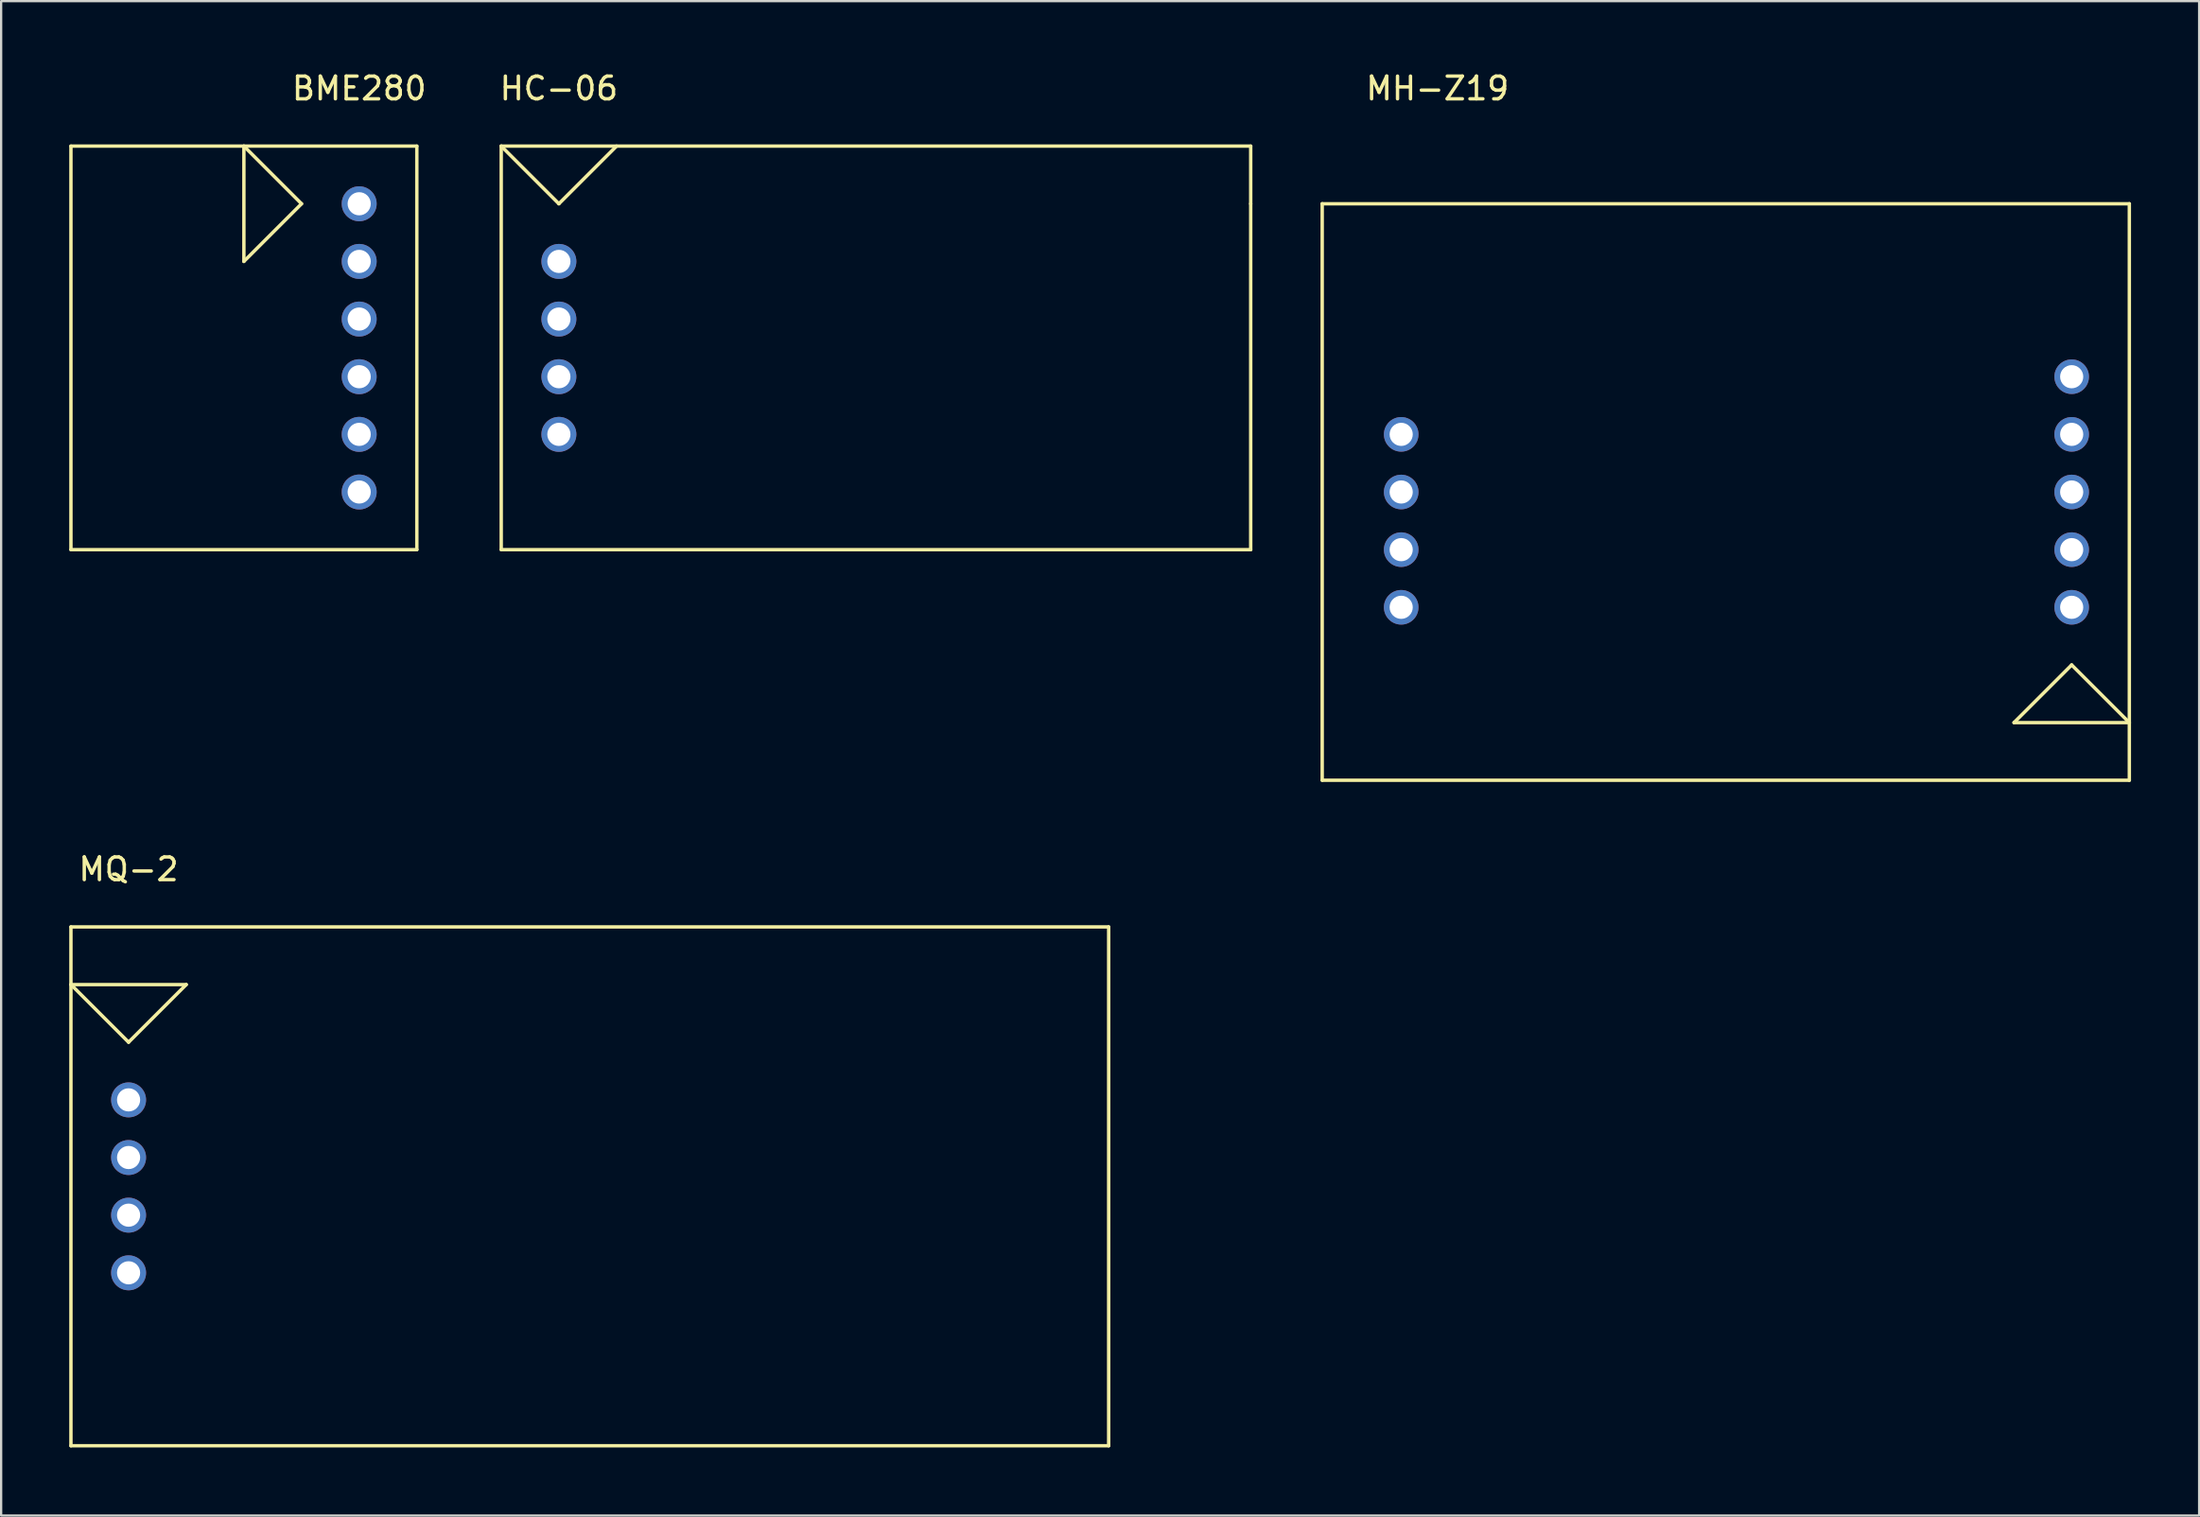
<source format=kicad_pcb>
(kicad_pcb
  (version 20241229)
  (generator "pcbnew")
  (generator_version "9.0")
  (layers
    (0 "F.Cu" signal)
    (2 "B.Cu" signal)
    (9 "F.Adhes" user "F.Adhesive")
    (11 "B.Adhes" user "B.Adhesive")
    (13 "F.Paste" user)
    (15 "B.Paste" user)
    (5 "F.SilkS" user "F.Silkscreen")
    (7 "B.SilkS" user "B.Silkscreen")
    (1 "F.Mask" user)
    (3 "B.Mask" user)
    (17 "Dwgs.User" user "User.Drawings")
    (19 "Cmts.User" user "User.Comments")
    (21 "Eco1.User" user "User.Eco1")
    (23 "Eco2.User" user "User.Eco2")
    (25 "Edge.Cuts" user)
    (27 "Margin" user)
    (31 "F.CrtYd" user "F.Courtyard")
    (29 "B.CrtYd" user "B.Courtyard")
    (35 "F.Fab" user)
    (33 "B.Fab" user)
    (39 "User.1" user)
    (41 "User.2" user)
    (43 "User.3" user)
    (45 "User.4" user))
  (footprint "MH-Z19"
    (layer "F.Cu")
    (at 88.223 8.468)
    (property "Reference" "MH-Z19" (at -27.94 -7.62 0) (layer "F.SilkS") (effects (font (size 1 1) (thickness 0.15))))
    (attr through_hole)
    (fp_line (start -33.02 -2.54) (end -33.02 22.86) (stroke (width 0.15) (type solid)) (layer "F.SilkS"))
    (fp_line (start -33.02 22.86) (end 2.54 22.86) (stroke (width 0.15) (type solid)) (layer "F.SilkS"))
    (fp_line (start -2.54 20.32) (end 2.54 20.32) (stroke (width 0.15) (type solid)) (layer "F.SilkS"))
    (fp_line (start 0 17.78) (end -2.54 20.32) (stroke (width 0.15) (type solid)) (layer "F.SilkS"))
    (fp_line (start 2.54 -2.54) (end -33.02 -2.54) (stroke (width 0.15) (type solid)) (layer "F.SilkS"))
    (fp_line (start 2.54 -2.54) (end 2.54 22.86) (stroke (width 0.15) (type solid)) (layer "F.SilkS"))
    (fp_line (start 2.54 20.32) (end 0 17.78) (stroke (width 0.15) (type solid)) (layer "F.SilkS"))
    (pad "1" thru_hole circle (at 0 15.24) (size 1.524 1.524) (drill 1.02) (layers "*.Cu" "*.Mask"))
    (pad "2" thru_hole circle (at 0 12.7) (size 1.524 1.524) (drill 1.02) (layers "*.Cu" "*.Mask"))
    (pad "3" thru_hole circle (at 0 10.16) (size 1.524 1.524) (drill 1.02) (layers "*.Cu" "*.Mask"))
    (pad "4" thru_hole circle (at 0 7.62) (size 1.524 1.524) (drill 1.02) (layers "*.Cu" "*.Mask"))
    (pad "5" thru_hole circle (at 0 5.08) (size 1.524 1.524) (drill 1.02) (layers "*.Cu" "*.Mask"))
    (pad "6" thru_hole circle (at -29.54 15.24) (size 1.524 1.524) (drill 1.02) (layers "*.Cu" "*.Mask"))
    (pad "7" thru_hole circle (at -29.54 12.7) (size 1.524 1.524) (drill 1.02) (layers "*.Cu" "*.Mask"))
    (pad "8" thru_hole circle (at -29.54 10.16) (size 1.524 1.524) (drill 1.02) (layers "*.Cu" "*.Mask"))
    (pad "9" thru_hole circle (at -29.54 7.62) (size 1.524 1.524) (drill 1.02) (layers "*.Cu" "*.Mask")))
  (footprint "HC-06"
    (layer "F.Cu")
    (at 21.573 8.468)
    (property "Reference" "HC-06" (at 0 -7.62 0) (layer "F.SilkS") (effects (font (size 1 1) (thickness 0.15))))
    (attr through_hole)
    (fp_line (start -2.54 -5.08) (end -2.54 12.7) (stroke (width 0.15) (type solid)) (layer "F.SilkS"))
    (fp_line (start -2.54 -5.08) (end 0 -2.54) (stroke (width 0.15) (type solid)) (layer "F.SilkS"))
    (fp_line (start -2.54 12.7) (end 30.48 12.7) (stroke (width 0.15) (type solid)) (layer "F.SilkS"))
    (fp_line (start 0 -2.54) (end 2.54 -5.08) (stroke (width 0.15) (type solid)) (layer "F.SilkS"))
    (fp_line (start 30.48 -5.08) (end -2.54 -5.08) (stroke (width 0.15) (type solid)) (layer "F.SilkS"))
    (fp_line (start 30.48 -2.54) (end 30.48 -5.08) (stroke (width 0.15) (type solid)) (layer "F.SilkS"))
    (fp_line (start 30.48 12.7) (end 30.48 -2.54) (stroke (width 0.15) (type solid)) (layer "F.SilkS"))
    (pad "1" thru_hole circle (at 0 0) (size 1.54 1.54) (drill 1.02) (layers "*.Cu" "*.Mask"))
    (pad "2" thru_hole circle (at 0 2.54) (size 1.54 1.54) (drill 1.02) (layers "*.Cu" "*.Mask"))
    (pad "3" thru_hole circle (at 0 5.08) (size 1.54 1.54) (drill 1.02) (layers "*.Cu" "*.Mask"))
    (pad "4" thru_hole circle (at 0 7.62) (size 1.54 1.54) (drill 1.02) (layers "*.Cu" "*.Mask")))
  (footprint "BME280"
    (layer "F.Cu")
    (at 12.775 5.928)
    (property "Reference" "BME280" (at 0 -5.08 0) (layer "F.SilkS") (effects (font (size 1 1) (thickness 0.15))))
    (attr through_hole)
    (fp_line (start -12.7 -2.54) (end 2.54 -2.54) (stroke (width 0.15) (type solid)) (layer "F.SilkS"))
    (fp_line (start -12.7 15.24) (end -12.7 -2.54) (stroke (width 0.15) (type solid)) (layer "F.SilkS"))
    (fp_line (start -5.08 -2.54) (end -2.54 0) (stroke (width 0.15) (type solid)) (layer "F.SilkS"))
    (fp_line (start -5.08 2.54) (end -5.08 -2.54) (stroke (width 0.15) (type solid)) (layer "F.SilkS"))
    (fp_line (start -2.54 0) (end -5.08 2.54) (stroke (width 0.15) (type solid)) (layer "F.SilkS"))
    (fp_line (start 2.54 -2.54) (end 2.54 15.24) (stroke (width 0.15) (type solid)) (layer "F.SilkS"))
    (fp_line (start 2.54 15.24) (end -12.7 15.24) (stroke (width 0.15) (type solid)) (layer "F.SilkS"))
    (pad "1" thru_hole circle (at 0 0) (size 1.54 1.54) (drill 1.02) (layers "*.Cu" "*.Mask"))
    (pad "2" thru_hole circle (at 0 2.54) (size 1.54 1.54) (drill 1.02) (layers "*.Cu" "*.Mask"))
    (pad "3" thru_hole circle (at 0 5.08) (size 1.54 1.54) (drill 1.02) (layers "*.Cu" "*.Mask"))
    (pad "4" thru_hole circle (at 0 7.62) (size 1.54 1.54) (drill 1.02) (layers "*.Cu" "*.Mask"))
    (pad "5" thru_hole circle (at 0 10.16) (size 1.54 1.54) (drill 1.02) (layers "*.Cu" "*.Mask"))
    (pad "6" thru_hole circle (at 0 12.7) (size 1.54 1.54) (drill 1.02) (layers "*.Cu" "*.Mask")))
  (footprint "MQ-2"
    (layer "F.Cu")
    (at 2.615 45.411)
    (property "Reference" "MQ-2" (at 0 -10.16 0) (layer "F.SilkS") (effects (font (size 1 1) (thickness 0.15))))
    (attr through_hole)
    (fp_line (start -2.54 -7.62) (end -2.54 15.24) (stroke (width 0.15) (type solid)) (layer "F.SilkS"))
    (fp_line (start -2.54 -7.62) (end 43.18 -7.62) (stroke (width 0.15) (type solid)) (layer "F.SilkS"))
    (fp_line (start -2.54 -5.08) (end 0 -2.54) (stroke (width 0.15) (type solid)) (layer "F.SilkS"))
    (fp_line (start 0 -2.54) (end 2.54 -5.08) (stroke (width 0.15) (type solid)) (layer "F.SilkS"))
    (fp_line (start 2.54 -5.08) (end -2.54 -5.08) (stroke (width 0.15) (type solid)) (layer "F.SilkS"))
    (fp_line (start 43.18 -7.62) (end 43.18 15.24) (stroke (width 0.15) (type solid)) (layer "F.SilkS"))
    (fp_line (start 43.18 15.24) (end -2.54 15.24) (stroke (width 0.15) (type solid)) (layer "F.SilkS"))
    (pad "1" thru_hole circle (at 0 0) (size 1.54 1.54) (drill 1.02) (layers "*.Cu" "*.Mask"))
    (pad "2" thru_hole circle (at 0 2.54) (size 1.54 1.54) (drill 1.02) (layers "*.Cu" "*.Mask"))
    (pad "3" thru_hole circle (at 0 5.08) (size 1.54 1.54) (drill 1.02) (layers "*.Cu" "*.Mask"))
    (pad "4" thru_hole circle (at 0 7.62) (size 1.54 1.54) (drill 1.02) (layers "*.Cu" "*.Mask")))
  (gr_rect
    (start -3 -3)
    (end 93.838 63.727)
    (stroke (width 0.1) (type default))
    (fill no)
    (layer "Edge.Cuts")))
</source>
